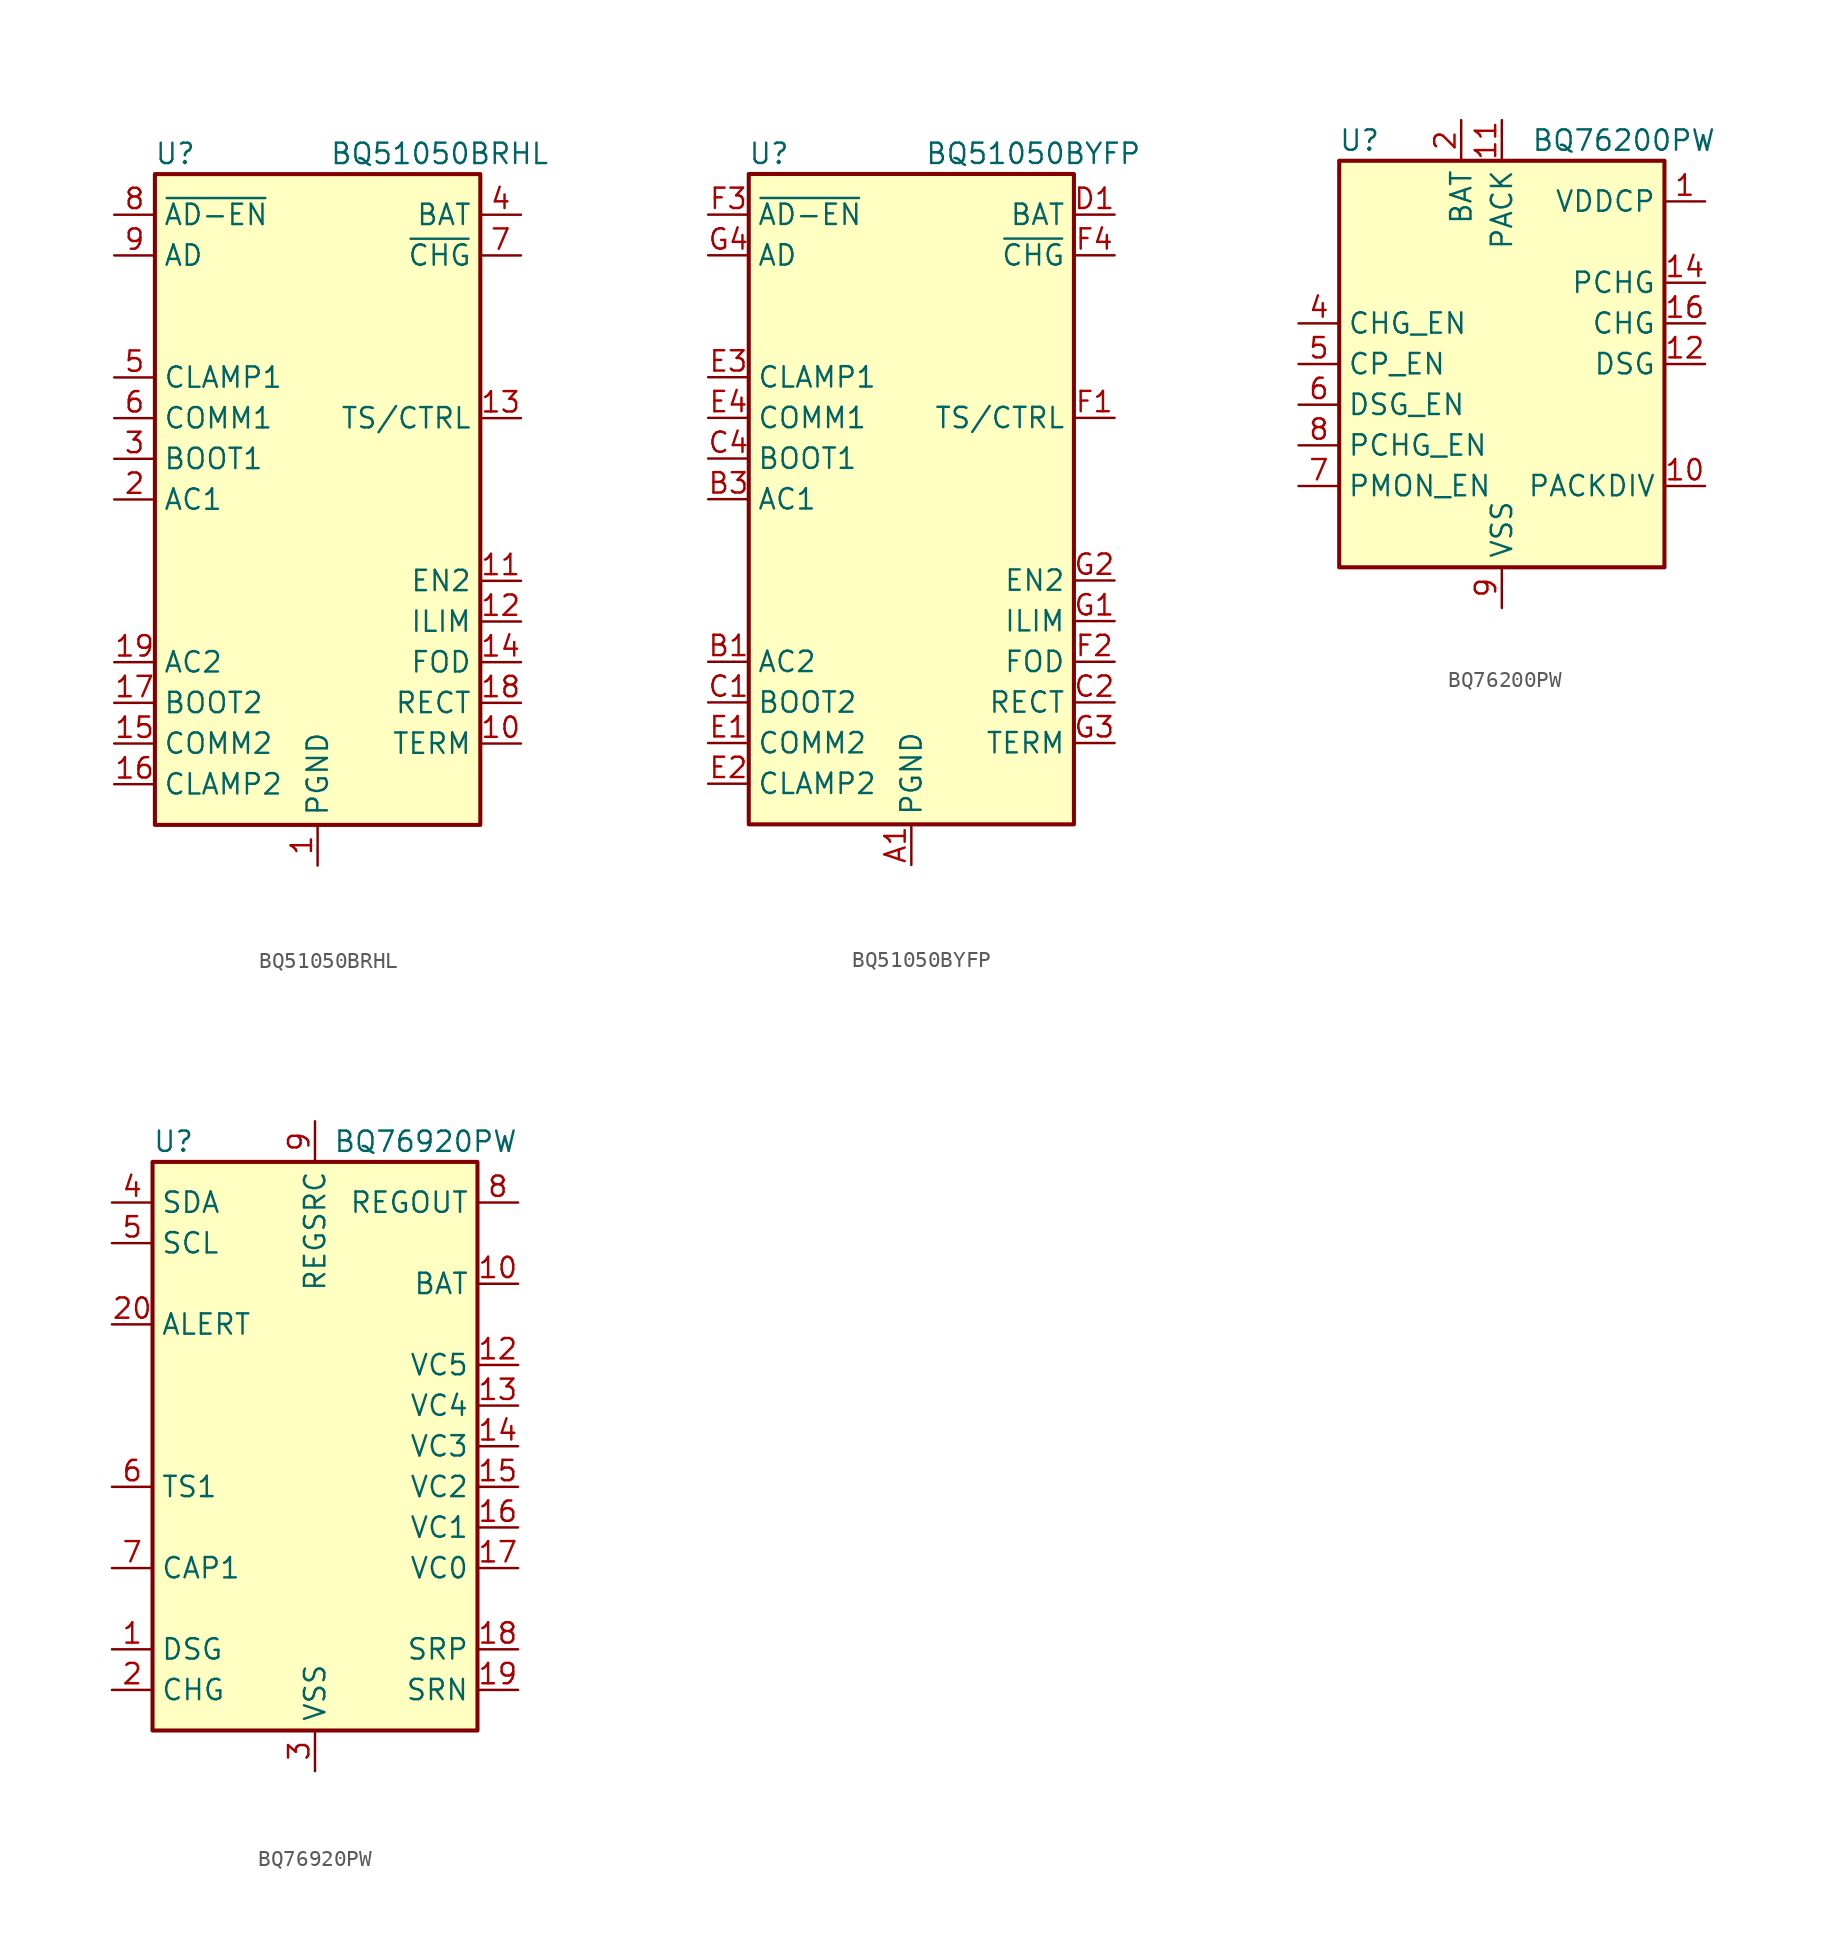
<source format=kicad_sym>
(kicad_symbol_lib
  (version 20201005)
  (generator kicad_symbol_editor)
  (symbol "Battery_Management:BQ51050BRHL"
    (property "Reference" "U"
      (at -8.89 21.59 0)
      (effects (font (size 1.27 1.27))))
    (property "Value" "BQ51050BRHL"
      (at 7.62 21.59 0)
      (effects (font (size 1.27 1.27))))
    (symbol "BQ51050BRHL_0_1"
      (rectangle (start -10.16 -20.32) (end 10.16 20.32) (stroke (width 0.254)) (fill (type background))))
    (symbol "BQ51050BRHL_1_1"
      (pin power_in line (at 0 -22.86 90) (length 2.54) (name "PGND" (effects (font (size 1.27 1.27)))) (number "1" (effects (font (size 1.27 1.27)))))
      (pin input line (at 12.7 -15.24 180) (length 2.54) (name "TERM" (effects (font (size 1.27 1.27)))) (number "10" (effects (font (size 1.27 1.27)))))
      (pin input line (at 12.7 -5.08 180) (length 2.54) (name "EN2" (effects (font (size 1.27 1.27)))) (number "11" (effects (font (size 1.27 1.27)))))
      (pin passive line (at 12.7 -7.62 180) (length 2.54) (name "ILIM" (effects (font (size 1.27 1.27)))) (number "12" (effects (font (size 1.27 1.27)))))
      (pin input line (at 12.7 5.08 180) (length 2.54) (name "TS/CTRL" (effects (font (size 1.27 1.27)))) (number "13" (effects (font (size 1.27 1.27)))))
      (pin input line (at 12.7 -10.16 180) (length 2.54) (name "FOD" (effects (font (size 1.27 1.27)))) (number "14" (effects (font (size 1.27 1.27)))))
      (pin open_collector line (at -12.7 -15.24 0) (length 2.54) (name "COMM2" (effects (font (size 1.27 1.27)))) (number "15" (effects (font (size 1.27 1.27)))))
      (pin open_collector line (at -12.7 -17.78 0) (length 2.54) (name "CLAMP2" (effects (font (size 1.27 1.27)))) (number "16" (effects (font (size 1.27 1.27)))))
      (pin passive line (at -12.7 -12.7 0) (length 2.54) (name "BOOT2" (effects (font (size 1.27 1.27)))) (number "17" (effects (font (size 1.27 1.27)))))
      (pin passive line (at 12.7 -12.7 180) (length 2.54) (name "RECT" (effects (font (size 1.27 1.27)))) (number "18" (effects (font (size 1.27 1.27)))))
      (pin input line (at -12.7 -10.16 0) (length 2.54) (name "AC2" (effects (font (size 1.27 1.27)))) (number "19" (effects (font (size 1.27 1.27)))))
      (pin input line (at -12.7 0 0) (length 2.54) (name "AC1" (effects (font (size 1.27 1.27)))) (number "2" (effects (font (size 1.27 1.27)))))
      (pin passive line (at 0 -22.86 90) (length 2.54) hide (name "PGND" (effects (font (size 1.27 1.27)))) (number "20" (effects (font (size 1.27 1.27)))))
      (pin passive line (at 0 -22.86 90) (length 2.54) hide (name "PGND" (effects (font (size 1.27 1.27)))) (number "21" (effects (font (size 1.27 1.27)))))
      (pin passive line (at -12.7 2.54 0) (length 2.54) (name "BOOT1" (effects (font (size 1.27 1.27)))) (number "3" (effects (font (size 1.27 1.27)))))
      (pin power_out line (at 12.7 17.78 180) (length 2.54) (name "BAT" (effects (font (size 1.27 1.27)))) (number "4" (effects (font (size 1.27 1.27)))))
      (pin open_collector line (at -12.7 7.62 0) (length 2.54) (name "CLAMP1" (effects (font (size 1.27 1.27)))) (number "5" (effects (font (size 1.27 1.27)))))
      (pin open_collector line (at -12.7 5.08 0) (length 2.54) (name "COMM1" (effects (font (size 1.27 1.27)))) (number "6" (effects (font (size 1.27 1.27)))))
      (pin open_collector line (at 12.7 15.24 180) (length 2.54) (name "~CHG" (effects (font (size 1.27 1.27)))) (number "7" (effects (font (size 1.27 1.27)))))
      (pin output line (at -12.7 17.78 0) (length 2.54) (name "~AD-EN" (effects (font (size 1.27 1.27)))) (number "8" (effects (font (size 1.27 1.27)))))
      (pin input line (at -12.7 15.24 0) (length 2.54) (name "AD" (effects (font (size 1.27 1.27)))) (number "9" (effects (font (size 1.27 1.27)))))))
  (symbol "Battery_Management:BQ51050BYFP"
    (property "Reference" "U"
      (at -8.89 21.59 0)
      (effects (font (size 1.27 1.27))))
    (property "Value" "BQ51050BYFP"
      (at 7.62 21.59 0)
      (effects (font (size 1.27 1.27))))
    (symbol "BQ51050BYFP_0_1"
      (rectangle (start -10.16 -20.32) (end 10.16 20.32) (stroke (width 0.254)) (fill (type background))))
    (symbol "BQ51050BYFP_1_1"
      (pin power_in line (at 0 -22.86 90) (length 2.54) (name "PGND" (effects (font (size 1.27 1.27)))) (number "A1" (effects (font (size 1.27 1.27)))))
      (pin passive line (at 0 -22.86 90) (length 2.54) hide (name "PGND" (effects (font (size 1.27 1.27)))) (number "A2" (effects (font (size 1.27 1.27)))))
      (pin passive line (at 0 -22.86 90) (length 2.54) hide (name "PGND" (effects (font (size 1.27 1.27)))) (number "A3" (effects (font (size 1.27 1.27)))))
      (pin passive line (at 0 -22.86 90) (length 2.54) hide (name "PGND" (effects (font (size 1.27 1.27)))) (number "A4" (effects (font (size 1.27 1.27)))))
      (pin input line (at -12.7 -10.16 0) (length 2.54) (name "AC2" (effects (font (size 1.27 1.27)))) (number "B1" (effects (font (size 1.27 1.27)))))
      (pin input line (at -12.7 -10.16 0) (length 2.54) hide (name "AC2" (effects (font (size 1.27 1.27)))) (number "B2" (effects (font (size 1.27 1.27)))))
      (pin input line (at -12.7 0 0) (length 2.54) (name "AC1" (effects (font (size 1.27 1.27)))) (number "B3" (effects (font (size 1.27 1.27)))))
      (pin input line (at -12.7 0 0) (length 2.54) hide (name "AC1" (effects (font (size 1.27 1.27)))) (number "B4" (effects (font (size 1.27 1.27)))))
      (pin passive line (at -12.7 -12.7 0) (length 2.54) (name "BOOT2" (effects (font (size 1.27 1.27)))) (number "C1" (effects (font (size 1.27 1.27)))))
      (pin passive line (at 12.7 -12.7 180) (length 2.54) (name "RECT" (effects (font (size 1.27 1.27)))) (number "C2" (effects (font (size 1.27 1.27)))))
      (pin passive line (at 12.7 -12.7 180) (length 2.54) hide (name "RECT" (effects (font (size 1.27 1.27)))) (number "C3" (effects (font (size 1.27 1.27)))))
      (pin passive line (at -12.7 2.54 0) (length 2.54) (name "BOOT1" (effects (font (size 1.27 1.27)))) (number "C4" (effects (font (size 1.27 1.27)))))
      (pin power_out line (at 12.7 17.78 180) (length 2.54) (name "BAT" (effects (font (size 1.27 1.27)))) (number "D1" (effects (font (size 1.27 1.27)))))
      (pin passive line (at 12.7 17.78 180) (length 2.54) hide (name "BAT" (effects (font (size 1.27 1.27)))) (number "D2" (effects (font (size 1.27 1.27)))))
      (pin passive line (at 12.7 17.78 180) (length 2.54) hide (name "BAT" (effects (font (size 1.27 1.27)))) (number "D3" (effects (font (size 1.27 1.27)))))
      (pin passive line (at 12.7 17.78 180) (length 2.54) hide (name "BAT" (effects (font (size 1.27 1.27)))) (number "D4" (effects (font (size 1.27 1.27)))))
      (pin open_collector line (at -12.7 -15.24 0) (length 2.54) (name "COMM2" (effects (font (size 1.27 1.27)))) (number "E1" (effects (font (size 1.27 1.27)))))
      (pin open_collector line (at -12.7 -17.78 0) (length 2.54) (name "CLAMP2" (effects (font (size 1.27 1.27)))) (number "E2" (effects (font (size 1.27 1.27)))))
      (pin open_collector line (at -12.7 7.62 0) (length 2.54) (name "CLAMP1" (effects (font (size 1.27 1.27)))) (number "E3" (effects (font (size 1.27 1.27)))))
      (pin open_collector line (at -12.7 5.08 0) (length 2.54) (name "COMM1" (effects (font (size 1.27 1.27)))) (number "E4" (effects (font (size 1.27 1.27)))))
      (pin input line (at 12.7 5.08 180) (length 2.54) (name "TS/CTRL" (effects (font (size 1.27 1.27)))) (number "F1" (effects (font (size 1.27 1.27)))))
      (pin input line (at 12.7 -10.16 180) (length 2.54) (name "FOD" (effects (font (size 1.27 1.27)))) (number "F2" (effects (font (size 1.27 1.27)))))
      (pin output line (at -12.7 17.78 0) (length 2.54) (name "~AD-EN" (effects (font (size 1.27 1.27)))) (number "F3" (effects (font (size 1.27 1.27)))))
      (pin open_collector line (at 12.7 15.24 180) (length 2.54) (name "~CHG" (effects (font (size 1.27 1.27)))) (number "F4" (effects (font (size 1.27 1.27)))))
      (pin passive line (at 12.7 -7.62 180) (length 2.54) (name "ILIM" (effects (font (size 1.27 1.27)))) (number "G1" (effects (font (size 1.27 1.27)))))
      (pin input line (at 12.7 -5.08 180) (length 2.54) (name "EN2" (effects (font (size 1.27 1.27)))) (number "G2" (effects (font (size 1.27 1.27)))))
      (pin input line (at 12.7 -15.24 180) (length 2.54) (name "TERM" (effects (font (size 1.27 1.27)))) (number "G3" (effects (font (size 1.27 1.27)))))
      (pin input line (at -12.7 15.24 0) (length 2.54) (name "AD" (effects (font (size 1.27 1.27)))) (number "G4" (effects (font (size 1.27 1.27)))))))
  (symbol "Battery_Management:BQ76200PW"
    (property "Reference" "U"
      (at -8.89 13.97 0)
      (effects (font (size 1.27 1.27))))
    (property "Value" "BQ76200PW"
      (at 7.62 13.97 0)
      (effects (font (size 1.27 1.27))))
    (symbol "BQ76200PW_0_1"
      (rectangle (start -10.16 -12.7) (end 10.16 12.7) (stroke (width 0.254)) (fill (type background))))
    (symbol "BQ76200PW_1_1"
      (pin output line (at 12.7 10.16 180) (length 2.54) (name "VDDCP" (effects (font (size 1.27 1.27)))) (number "1" (effects (font (size 1.27 1.27)))))
      (pin output line (at 12.7 -7.62 180) (length 2.54) (name "PACKDIV" (effects (font (size 1.27 1.27)))) (number "10" (effects (font (size 1.27 1.27)))))
      (pin power_in line (at 0 15.24 270) (length 2.54) (name "PACK" (effects (font (size 1.27 1.27)))) (number "11" (effects (font (size 1.27 1.27)))))
      (pin output line (at 12.7 0 180) (length 2.54) (name "DSG" (effects (font (size 1.27 1.27)))) (number "12" (effects (font (size 1.27 1.27)))))
      (pin no_connect line (at -10.16 7.62 0) (length 2.54) hide (name "NC" (effects (font (size 1.27 1.27)))) (number "13" (effects (font (size 1.27 1.27)))))
      (pin output line (at 12.7 5.08 180) (length 2.54) (name "PCHG" (effects (font (size 1.27 1.27)))) (number "14" (effects (font (size 1.27 1.27)))))
      (pin no_connect line (at -10.16 5.08 0) (length 2.54) hide (name "NC" (effects (font (size 1.27 1.27)))) (number "15" (effects (font (size 1.27 1.27)))))
      (pin output line (at 12.7 2.54 180) (length 2.54) (name "CHG" (effects (font (size 1.27 1.27)))) (number "16" (effects (font (size 1.27 1.27)))))
      (pin power_in line (at -2.54 15.24 270) (length 2.54) (name "BAT" (effects (font (size 1.27 1.27)))) (number "2" (effects (font (size 1.27 1.27)))))
      (pin no_connect line (at -10.16 10.16 0) (length 2.54) hide (name "NC" (effects (font (size 1.27 1.27)))) (number "3" (effects (font (size 1.27 1.27)))))
      (pin input line (at -12.7 2.54 0) (length 2.54) (name "CHG_EN" (effects (font (size 1.27 1.27)))) (number "4" (effects (font (size 1.27 1.27)))))
      (pin input line (at -12.7 0 0) (length 2.54) (name "CP_EN" (effects (font (size 1.27 1.27)))) (number "5" (effects (font (size 1.27 1.27)))))
      (pin input line (at -12.7 -2.54 0) (length 2.54) (name "DSG_EN" (effects (font (size 1.27 1.27)))) (number "6" (effects (font (size 1.27 1.27)))))
      (pin input line (at -12.7 -7.62 0) (length 2.54) (name "PMON_EN" (effects (font (size 1.27 1.27)))) (number "7" (effects (font (size 1.27 1.27)))))
      (pin input line (at -12.7 -5.08 0) (length 2.54) (name "PCHG_EN" (effects (font (size 1.27 1.27)))) (number "8" (effects (font (size 1.27 1.27)))))
      (pin power_in line (at 0 -15.24 90) (length 2.54) (name "VSS" (effects (font (size 1.27 1.27)))) (number "9" (effects (font (size 1.27 1.27)))))))
  (symbol "Battery_Management:BQ76920PW"
    (property "Reference" "U"
      (at -10.16 19.05 0)
      (effects (font (size 1.27 1.27)) (justify left)))
    (property "Value" "BQ76920PW"
      (at 12.7 19.05 0)
      (effects (font (size 1.27 1.27)) (justify right)))
    (symbol "BQ76920PW_0_1"
      (rectangle (start -10.16 17.78) (end 10.16 -17.78) (stroke (width 0.254)) (fill (type background))))
    (symbol "BQ76920PW_1_0"
      (pin input line (at 12.7 10.16 180) (length 2.54) (name "BAT" (effects (font (size 1.27 1.27)))) (number "10" (effects (font (size 1.27 1.27)))))
      (pin no_connect line (at -2.54 -17.78 90) (length 2.54) hide (name "NC" (effects (font (size 1.27 1.27)))) (number "11" (effects (font (size 1.27 1.27)))))
      (pin input line (at 12.7 5.08 180) (length 2.54) (name "VC5" (effects (font (size 1.27 1.27)))) (number "12" (effects (font (size 1.27 1.27)))))
      (pin input line (at 12.7 2.54 180) (length 2.54) (name "VC4" (effects (font (size 1.27 1.27)))) (number "13" (effects (font (size 1.27 1.27)))))
      (pin input line (at 12.7 0 180) (length 2.54) (name "VC3" (effects (font (size 1.27 1.27)))) (number "14" (effects (font (size 1.27 1.27)))))
      (pin input line (at 12.7 -2.54 180) (length 2.54) (name "VC2" (effects (font (size 1.27 1.27)))) (number "15" (effects (font (size 1.27 1.27)))))
      (pin input line (at 12.7 -5.08 180) (length 2.54) (name "VC1" (effects (font (size 1.27 1.27)))) (number "16" (effects (font (size 1.27 1.27)))))
      (pin input line (at 12.7 -7.62 180) (length 2.54) (name "VC0" (effects (font (size 1.27 1.27)))) (number "17" (effects (font (size 1.27 1.27)))))
      (pin input line (at 12.7 -12.7 180) (length 2.54) (name "SRP" (effects (font (size 1.27 1.27)))) (number "18" (effects (font (size 1.27 1.27)))))
      (pin input line (at 12.7 -15.24 180) (length 2.54) (name "SRN" (effects (font (size 1.27 1.27)))) (number "19" (effects (font (size 1.27 1.27)))))
      (pin bidirectional line (at -12.7 7.62 0) (length 2.54) (name "ALERT" (effects (font (size 1.27 1.27)))) (number "20" (effects (font (size 1.27 1.27)))))
      (pin passive line (at -12.7 -2.54 0) (length 2.54) (name "TS1" (effects (font (size 1.27 1.27)))) (number "6" (effects (font (size 1.27 1.27)))))
      (pin passive line (at -12.7 -7.62 0) (length 2.54) (name "CAP1" (effects (font (size 1.27 1.27)))) (number "7" (effects (font (size 1.27 1.27)))))
      (pin power_out line (at 12.7 15.24 180) (length 2.54) (name "REGOUT" (effects (font (size 1.27 1.27)))) (number "8" (effects (font (size 1.27 1.27)))))
      (pin power_in line (at 0 20.32 270) (length 2.54) (name "REGSRC" (effects (font (size 1.27 1.27)))) (number "9" (effects (font (size 1.27 1.27))))))
    (symbol "BQ76920PW_1_1"
      (pin output line (at -12.7 -12.7 0) (length 2.54) (name "DSG" (effects (font (size 1.27 1.27)))) (number "1" (effects (font (size 1.27 1.27)))))
      (pin output line (at -12.7 -15.24 0) (length 2.54) (name "CHG" (effects (font (size 1.27 1.27)))) (number "2" (effects (font (size 1.27 1.27)))))
      (pin power_in line (at 0 -20.32 90) (length 2.54) (name "VSS" (effects (font (size 1.27 1.27)))) (number "3" (effects (font (size 1.27 1.27)))))
      (pin bidirectional line (at -12.7 15.24 0) (length 2.54) (name "SDA" (effects (font (size 1.27 1.27)))) (number "4" (effects (font (size 1.27 1.27)))))
      (pin input line (at -12.7 12.7 0) (length 2.54) (name "SCL" (effects (font (size 1.27 1.27)))) (number "5" (effects (font (size 1.27 1.27))))))))
</source>
